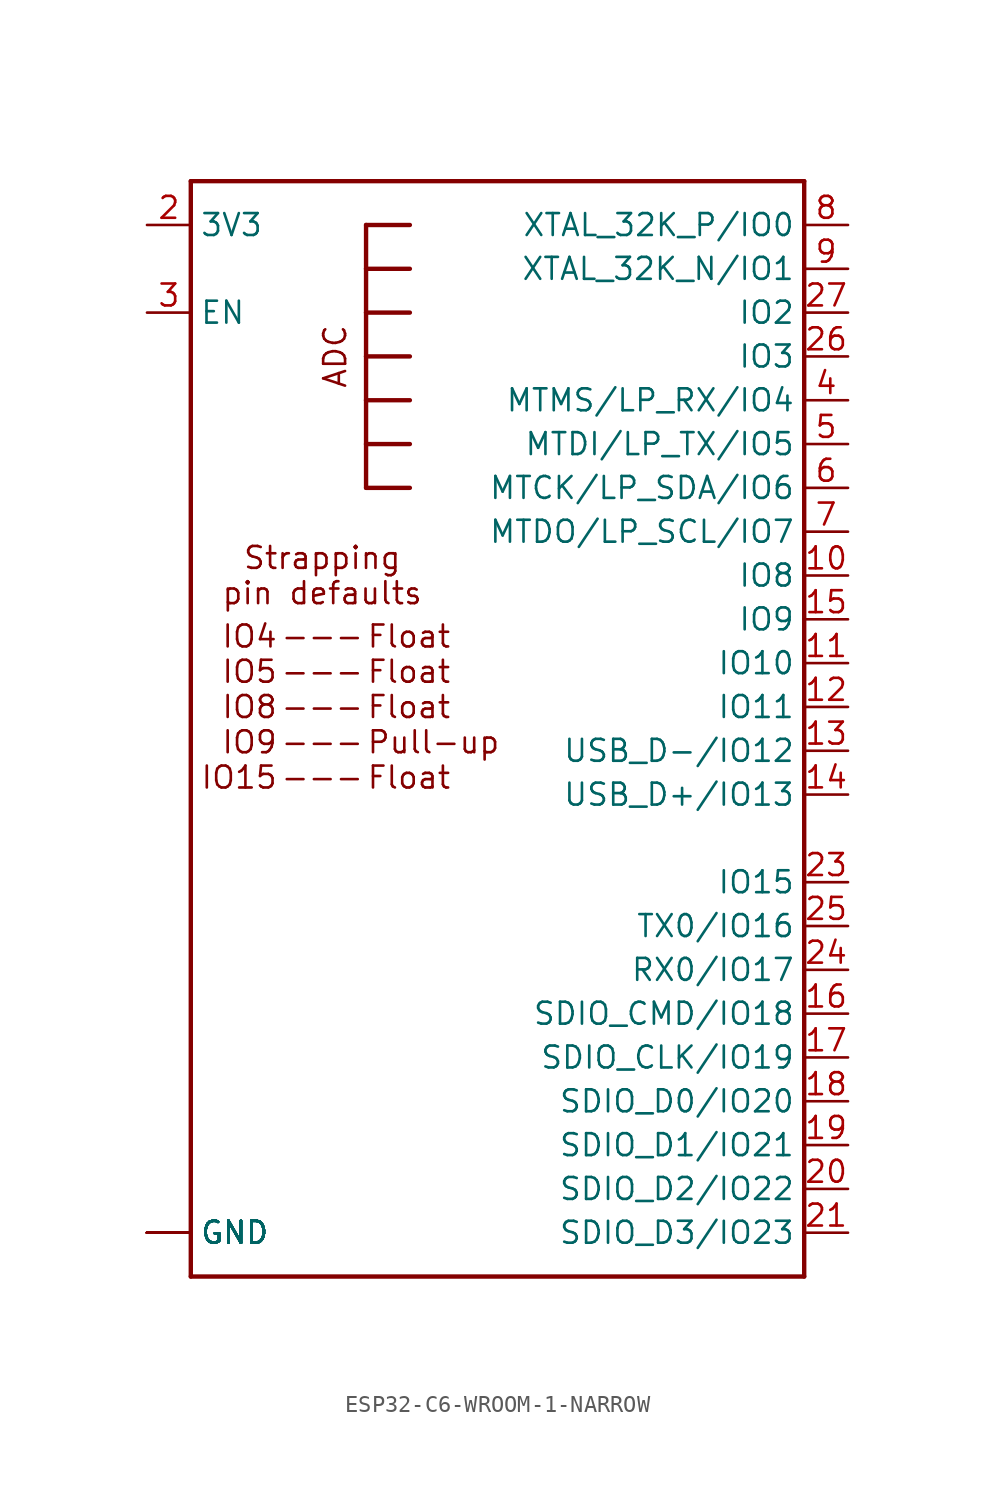
<source format=kicad_sym>
(kicad_symbol_lib
  (version 20231120)
  (generator "kicad_symbol_editor")
  (generator_version "8.0")
  (symbol "ESP32-C6-WROOM-1-NARROW"
    (property "Reference" "U1"
      (at -17.78 33.02 0)
      (effects (font (size 1.778 1.778)) (justify left top) (hide yes)))
    (property "ki_locked" ""
      (at 0 0 0)
      (effects (font (size 1.27 1.27))))
    (symbol "ESP32-C6-WROOM-1-NARROW_1_0"
      (polyline (pts (xy -17.78 -33.02) (xy 17.78 -33.02)) (stroke (width 0.254) (type solid)) (fill (type none)))
      (polyline (pts (xy -17.78 30.48) (xy -17.78 -33.02)) (stroke (width 0.254) (type solid)) (fill (type none)))
      (polyline (pts (xy -7.62 12.7) (xy -7.62 15.24)) (stroke (width 0.254) (type solid)) (fill (type none)))
      (polyline (pts (xy -7.62 15.24) (xy -7.62 17.78)) (stroke (width 0.254) (type solid)) (fill (type none)))
      (polyline (pts (xy -7.62 15.24) (xy -5.08 15.24)) (stroke (width 0.254) (type solid)) (fill (type none)))
      (polyline (pts (xy -7.62 17.78) (xy -7.62 20.32)) (stroke (width 0.254) (type solid)) (fill (type none)))
      (polyline (pts (xy -7.62 17.78) (xy -5.08 17.78)) (stroke (width 0.254) (type solid)) (fill (type none)))
      (polyline (pts (xy -7.62 20.32) (xy -7.62 22.86)) (stroke (width 0.254) (type solid)) (fill (type none)))
      (polyline (pts (xy -7.62 20.32) (xy -5.08 20.32)) (stroke (width 0.254) (type solid)) (fill (type none)))
      (polyline (pts (xy -7.62 22.86) (xy -7.62 25.4)) (stroke (width 0.254) (type solid)) (fill (type none)))
      (polyline (pts (xy -7.62 22.86) (xy -5.08 22.86)) (stroke (width 0.254) (type solid)) (fill (type none)))
      (polyline (pts (xy -7.62 25.4) (xy -7.62 27.94)) (stroke (width 0.254) (type solid)) (fill (type none)))
      (polyline (pts (xy -7.62 25.4) (xy -5.08 25.4)) (stroke (width 0.254) (type solid)) (fill (type none)))
      (polyline (pts (xy -7.62 27.94) (xy -5.08 27.94)) (stroke (width 0.254) (type solid)) (fill (type none)))
      (polyline (pts (xy -5.08 12.7) (xy -7.62 12.7)) (stroke (width 0.254) (type solid)) (fill (type none)))
      (polyline (pts (xy 17.78 -33.02) (xy 17.78 30.48)) (stroke (width 0.254) (type solid)) (fill (type none)))
      (polyline (pts (xy 17.78 30.48) (xy -17.78 30.48)) (stroke (width 0.254) (type solid)) (fill (type none)))
      (text "---\n---\n---\n---\n---" (at -10.16 0 0) (effects (font (size 1.27 1.27))))
      (text "ADC" (at -10.16 20.32 900) (effects (font (size 1.27 1.27)) (justify top)))
      (text "Float\nFloat\nFloat\nPull-up\nFloat" (at -7.62 0 0) (effects (font (size 1.27 1.27)) (justify left)))
      (text "IO4\nIO5\nIO8\nIO9\nIO15" (at -12.7 0 0) (effects (font (size 1.27 1.27)) (justify right)))
      (text "Strapping\npin defaults" (at -10.16 7.62 0) (effects (font (size 1.27 1.27))))
      (pin bidirectional line (at -20.32 -30.48 0) (length 2.54) (name "GND" (effects (font (size 1.27 1.27)))) (number "1" (effects (font (size 0 0)))))
      (pin bidirectional line (at 20.32 7.62 180) (length 2.54) (name "IO8" (effects (font (size 1.27 1.27)))) (number "10" (effects (font (size 1.27 1.27)))))
      (pin bidirectional line (at 20.32 2.54 180) (length 2.54) (name "IO10" (effects (font (size 1.27 1.27)))) (number "11" (effects (font (size 1.27 1.27)))))
      (pin bidirectional line (at 20.32 0 180) (length 2.54) (name "IO11" (effects (font (size 1.27 1.27)))) (number "12" (effects (font (size 1.27 1.27)))))
      (pin bidirectional line (at 20.32 -2.54 180) (length 2.54) (name "USB_D-/IO12" (effects (font (size 1.27 1.27)))) (number "13" (effects (font (size 1.27 1.27)))))
      (pin bidirectional line (at 20.32 -5.08 180) (length 2.54) (name "USB_D+/IO13" (effects (font (size 1.27 1.27)))) (number "14" (effects (font (size 1.27 1.27)))))
      (pin bidirectional line (at 20.32 5.08 180) (length 2.54) (name "IO9" (effects (font (size 1.27 1.27)))) (number "15" (effects (font (size 1.27 1.27)))))
      (pin bidirectional line (at 20.32 -17.78 180) (length 2.54) (name "SDIO_CMD/IO18" (effects (font (size 1.27 1.27)))) (number "16" (effects (font (size 1.27 1.27)))))
      (pin bidirectional line (at 20.32 -20.32 180) (length 2.54) (name "SDIO_CLK/IO19" (effects (font (size 1.27 1.27)))) (number "17" (effects (font (size 1.27 1.27)))))
      (pin bidirectional line (at 20.32 -22.86 180) (length 2.54) (name "SDIO_D0/IO20" (effects (font (size 1.27 1.27)))) (number "18" (effects (font (size 1.27 1.27)))))
      (pin bidirectional line (at 20.32 -25.4 180) (length 2.54) (name "SDIO_D1/IO21" (effects (font (size 1.27 1.27)))) (number "19" (effects (font (size 1.27 1.27)))))
      (pin bidirectional line (at -20.32 27.94 0) (length 2.54) (name "3V3" (effects (font (size 1.27 1.27)))) (number "2" (effects (font (size 1.27 1.27)))))
      (pin bidirectional line (at 20.32 -27.94 180) (length 2.54) (name "SDIO_D2/IO22" (effects (font (size 1.27 1.27)))) (number "20" (effects (font (size 1.27 1.27)))))
      (pin bidirectional line (at 20.32 -30.48 180) (length 2.54) (name "SDIO_D3/IO23" (effects (font (size 1.27 1.27)))) (number "21" (effects (font (size 1.27 1.27)))))
      (pin bidirectional line (at 20.32 -10.16 180) (length 2.54) (name "IO15" (effects (font (size 1.27 1.27)))) (number "23" (effects (font (size 1.27 1.27)))))
      (pin bidirectional line (at 20.32 -15.24 180) (length 2.54) (name "RX0/IO17" (effects (font (size 1.27 1.27)))) (number "24" (effects (font (size 1.27 1.27)))))
      (pin bidirectional line (at 20.32 -12.7 180) (length 2.54) (name "TX0/IO16" (effects (font (size 1.27 1.27)))) (number "25" (effects (font (size 1.27 1.27)))))
      (pin bidirectional line (at 20.32 20.32 180) (length 2.54) (name "IO3" (effects (font (size 1.27 1.27)))) (number "26" (effects (font (size 1.27 1.27)))))
      (pin bidirectional line (at 20.32 22.86 180) (length 2.54) (name "IO2" (effects (font (size 1.27 1.27)))) (number "27" (effects (font (size 1.27 1.27)))))
      (pin bidirectional line (at -20.32 -30.48 0) (length 2.54) (name "GND" (effects (font (size 1.27 1.27)))) (number "28" (effects (font (size 0 0)))))
      (pin bidirectional line (at -20.32 -30.48 0) (length 2.54) (name "GND" (effects (font (size 1.27 1.27)))) (number "29" (effects (font (size 0 0)))))
      (pin bidirectional line (at -20.32 22.86 0) (length 2.54) (name "EN" (effects (font (size 1.27 1.27)))) (number "3" (effects (font (size 1.27 1.27)))))
      (pin bidirectional line (at -20.32 -30.48 0) (length 2.54) (name "GND" (effects (font (size 1.27 1.27)))) (number "30" (effects (font (size 0 0)))))
      (pin bidirectional line (at -20.32 -30.48 0) (length 2.54) (name "GND" (effects (font (size 1.27 1.27)))) (number "31" (effects (font (size 0 0)))))
      (pin bidirectional line (at -20.32 -30.48 0) (length 2.54) (name "GND" (effects (font (size 1.27 1.27)))) (number "32" (effects (font (size 0 0)))))
      (pin bidirectional line (at -20.32 -30.48 0) (length 2.54) (name "GND" (effects (font (size 1.27 1.27)))) (number "33" (effects (font (size 0 0)))))
      (pin bidirectional line (at -20.32 -30.48 0) (length 2.54) (name "GND" (effects (font (size 1.27 1.27)))) (number "34" (effects (font (size 0 0)))))
      (pin bidirectional line (at -20.32 -30.48 0) (length 2.54) (name "GND" (effects (font (size 1.27 1.27)))) (number "35" (effects (font (size 0 0)))))
      (pin bidirectional line (at -20.32 -30.48 0) (length 2.54) (name "GND" (effects (font (size 1.27 1.27)))) (number "36" (effects (font (size 0 0)))))
      (pin bidirectional line (at -20.32 -30.48 0) (length 2.54) (name "GND" (effects (font (size 1.27 1.27)))) (number "37" (effects (font (size 0 0)))))
      (pin bidirectional line (at 20.32 17.78 180) (length 2.54) (name "MTMS/LP_RX/IO4" (effects (font (size 1.27 1.27)))) (number "4" (effects (font (size 1.27 1.27)))))
      (pin bidirectional line (at 20.32 15.24 180) (length 2.54) (name "MTDI/LP_TX/IO5" (effects (font (size 1.27 1.27)))) (number "5" (effects (font (size 1.27 1.27)))))
      (pin bidirectional line (at 20.32 12.7 180) (length 2.54) (name "MTCK/LP_SDA/IO6" (effects (font (size 1.27 1.27)))) (number "6" (effects (font (size 1.27 1.27)))))
      (pin bidirectional line (at 20.32 10.16 180) (length 2.54) (name "MTDO/LP_SCL/IO7" (effects (font (size 1.27 1.27)))) (number "7" (effects (font (size 1.27 1.27)))))
      (pin bidirectional line (at 20.32 27.94 180) (length 2.54) (name "XTAL_32K_P/IO0" (effects (font (size 1.27 1.27)))) (number "8" (effects (font (size 1.27 1.27)))))
      (pin bidirectional line (at 20.32 25.4 180) (length 2.54) (name "XTAL_32K_N/IO1" (effects (font (size 1.27 1.27)))) (number "9" (effects (font (size 1.27 1.27))))))))
</source>
